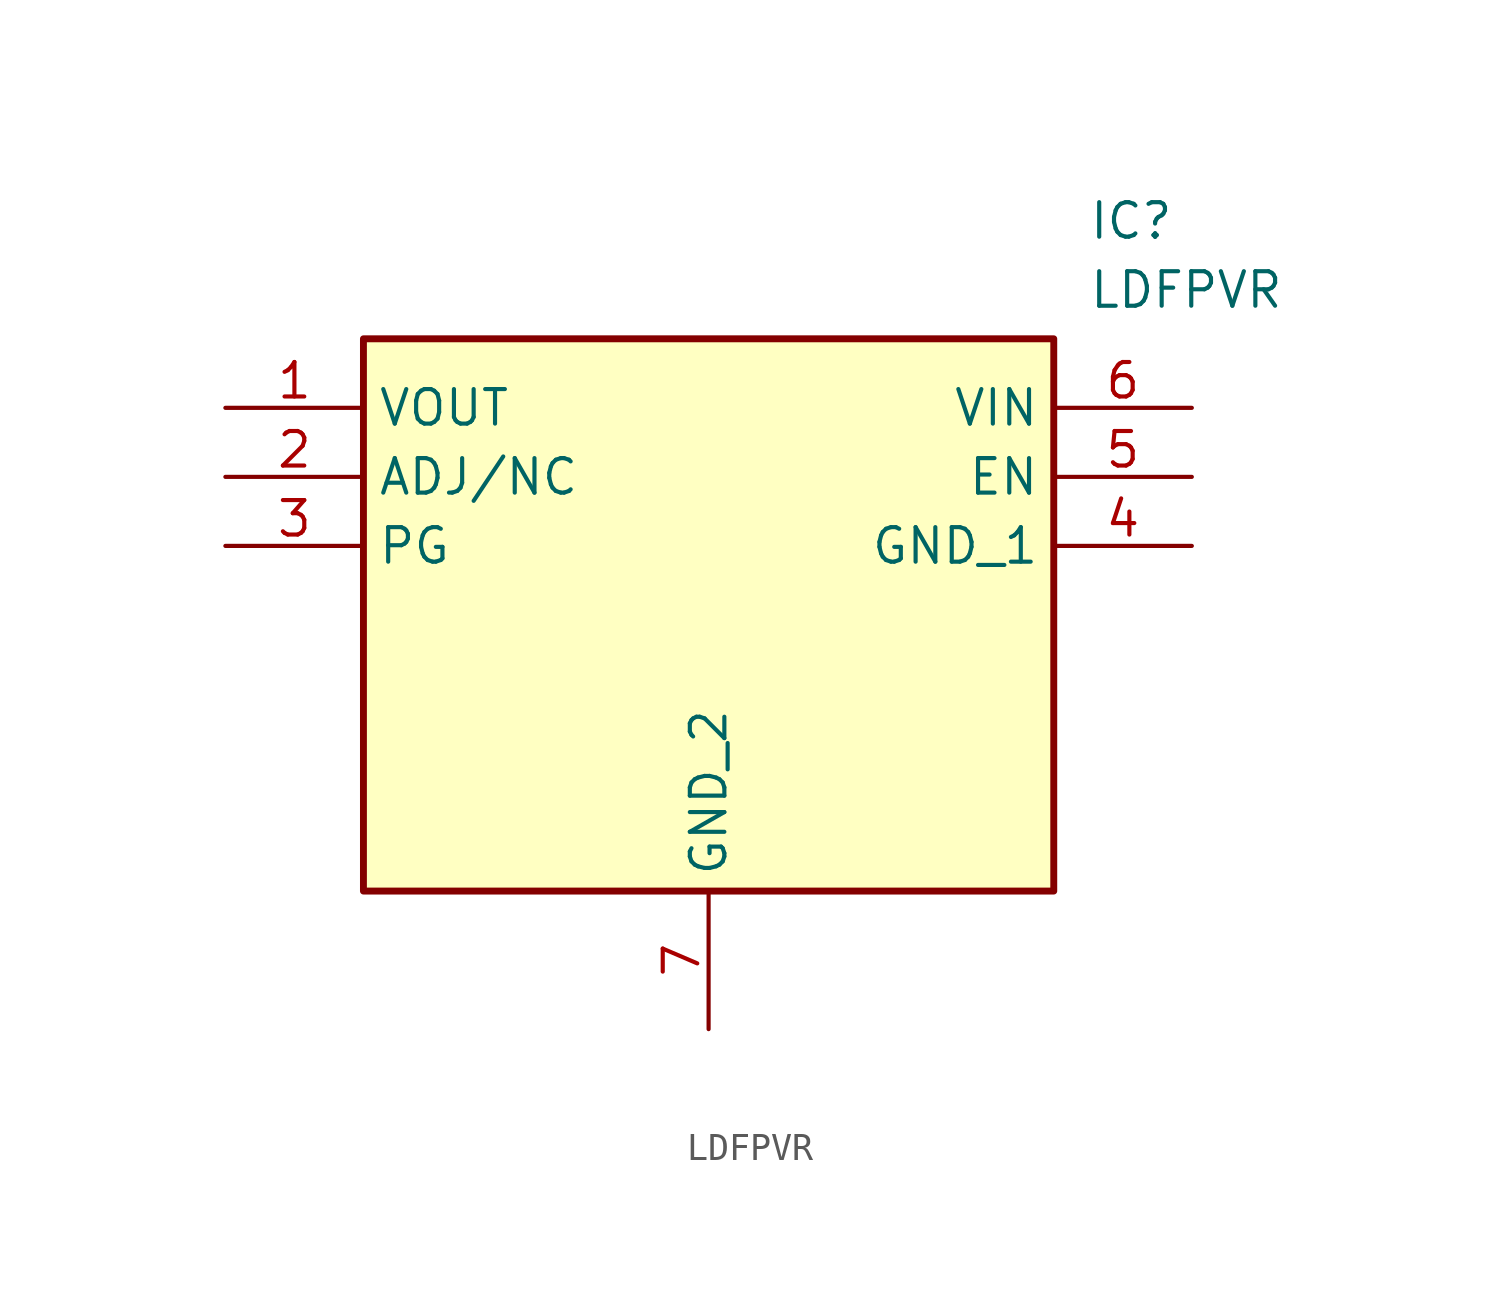
<source format=kicad_sym>
(kicad_symbol_lib
  (version 20241209)
  (generator "kicad_symbol_editor")
  (generator_version "9.0")
  (symbol "LDFPVR"
    (property "Reference" "IC"
      (at 31.75 7.62 0)
      (effects (font (size 1.27 1.27)) (justify left top)))
    (property "Value" "LDFPVR"
      (at 31.75 5.08 0)
      (effects (font (size 1.27 1.27)) (justify left top)))
    (symbol "LDFPVR_1_1"
      (rectangle (start 5.08 2.54) (end 30.48 -17.78) (stroke (width 0.254) (type default)) (fill (type background)))
      (pin passive line (at 0 0 0) (length 5.08) (name "VOUT" (effects (font (size 1.27 1.27)))) (number "1" (effects (font (size 1.27 1.27)))))
      (pin passive line (at 0 -2.54 0) (length 5.08) (name "ADJ/NC" (effects (font (size 1.27 1.27)))) (number "2" (effects (font (size 1.27 1.27)))))
      (pin passive line (at 0 -5.08 0) (length 5.08) (name "PG" (effects (font (size 1.27 1.27)))) (number "3" (effects (font (size 1.27 1.27)))))
      (pin passive line (at 17.78 -22.86 90) (length 5.08) (name "GND_2" (effects (font (size 1.27 1.27)))) (number "7" (effects (font (size 1.27 1.27)))))
      (pin passive line (at 35.56 0 180) (length 5.08) (name "VIN" (effects (font (size 1.27 1.27)))) (number "6" (effects (font (size 1.27 1.27)))))
      (pin passive line (at 35.56 -2.54 180) (length 5.08) (name "EN" (effects (font (size 1.27 1.27)))) (number "5" (effects (font (size 1.27 1.27)))))
      (pin passive line (at 35.56 -5.08 180) (length 5.08) (name "GND_1" (effects (font (size 1.27 1.27)))) (number "4" (effects (font (size 1.27 1.27))))))))
</source>
